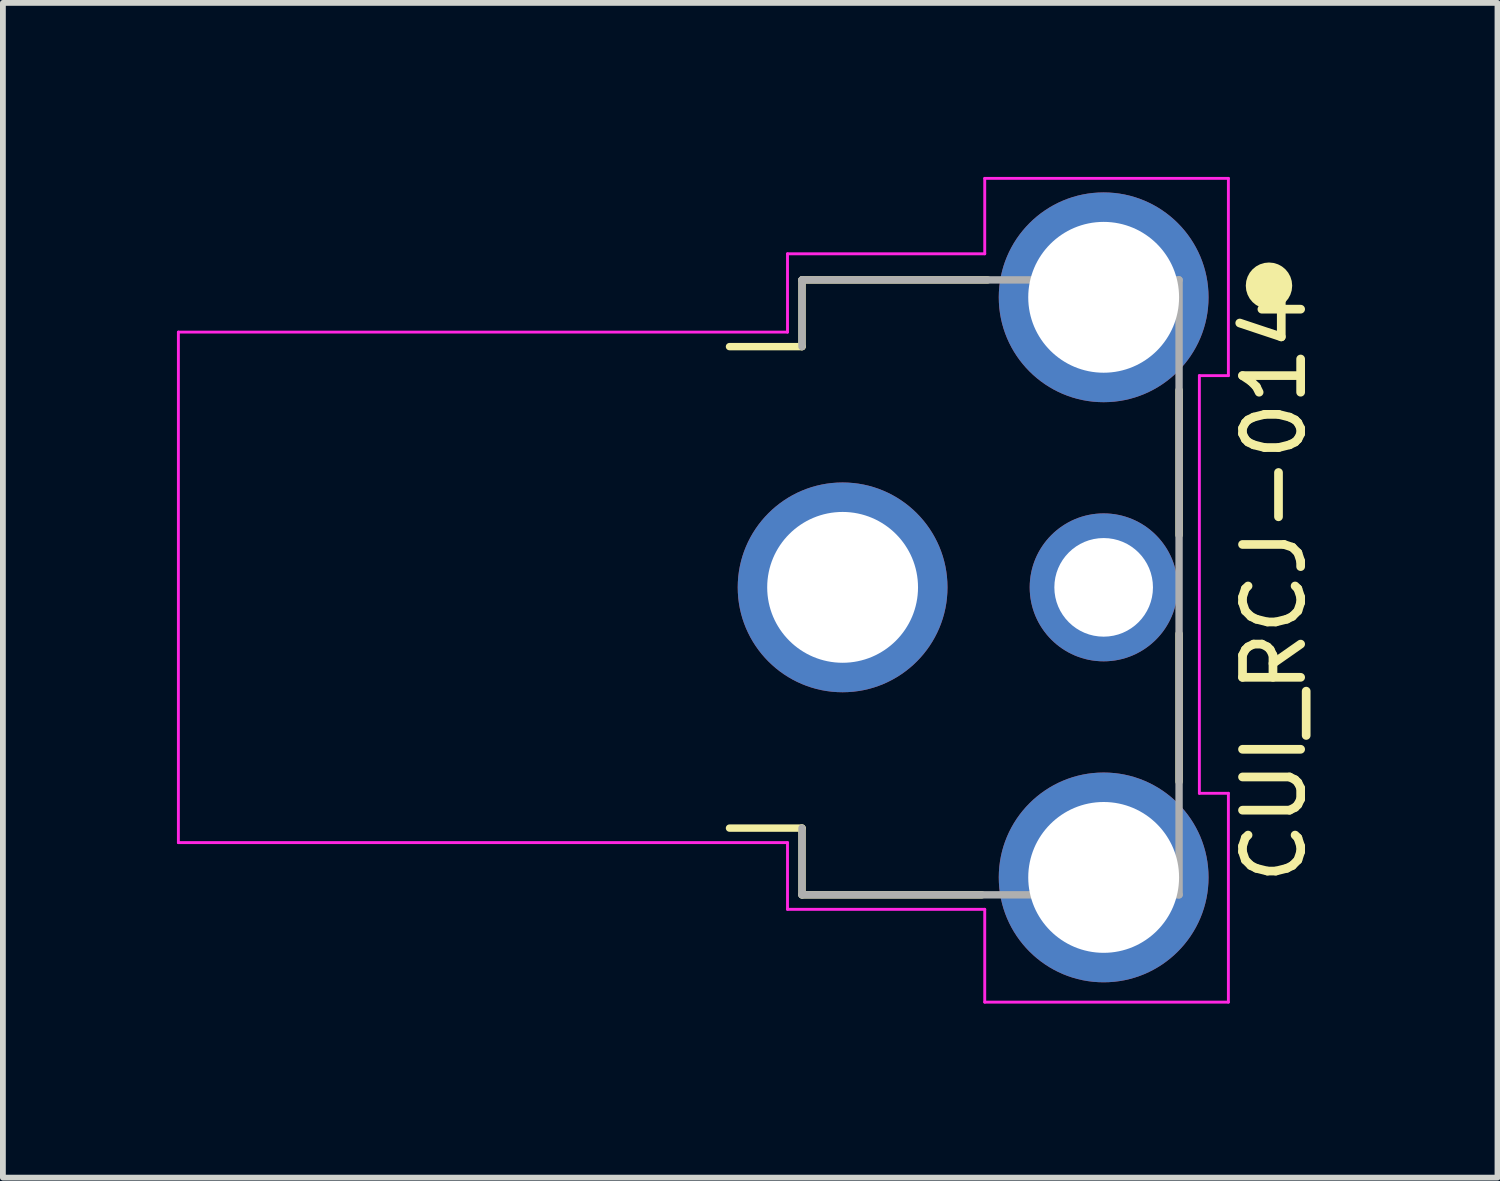
<source format=kicad_pcb>
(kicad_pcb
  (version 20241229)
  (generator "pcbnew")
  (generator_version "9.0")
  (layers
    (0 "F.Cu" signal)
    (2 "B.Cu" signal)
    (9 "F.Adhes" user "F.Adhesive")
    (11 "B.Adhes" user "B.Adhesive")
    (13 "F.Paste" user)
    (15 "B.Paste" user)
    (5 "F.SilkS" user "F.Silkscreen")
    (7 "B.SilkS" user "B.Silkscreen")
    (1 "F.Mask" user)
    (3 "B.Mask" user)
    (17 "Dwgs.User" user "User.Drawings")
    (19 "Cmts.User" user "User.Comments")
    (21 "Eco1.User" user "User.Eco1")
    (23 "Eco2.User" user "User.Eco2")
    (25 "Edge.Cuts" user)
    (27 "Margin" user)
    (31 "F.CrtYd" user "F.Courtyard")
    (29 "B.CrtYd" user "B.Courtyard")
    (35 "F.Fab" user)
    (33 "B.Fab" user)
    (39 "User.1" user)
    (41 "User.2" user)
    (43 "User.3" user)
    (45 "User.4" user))
  (footprint "CUI_RCJ-014"
    (layer "F.Cu")
    (at 10.025 7.075)
    (property "Reference" "CUI_RCJ-014" (at 8.89 0 90) (layer "F.SilkS") (effects (font (size 1.002 1.002) (thickness 0.15))))
    (attr through_hole)
    (fp_line (start 0.75 -5.3) (end 0.75 -4.15) (stroke (width 0.127) (type solid)) (layer "F.SilkS"))
    (fp_line (start 0.75 -4.15) (end -0.5 -4.15) (stroke (width 0.127) (type default)) (layer "F.SilkS"))
    (fp_line (start 0.75 4.15) (end -0.5 4.15) (stroke (width 0.127) (type default)) (layer "F.SilkS"))
    (fp_line (start 0.75 4.15) (end 0.75 5.3) (stroke (width 0.127) (type solid)) (layer "F.SilkS"))
    (fp_line (start 0.75 5.3) (end 3.85 5.3) (stroke (width 0.127) (type solid)) (layer "F.SilkS"))
    (fp_line (start 3.95 -5.3) (end 0.75 -5.3) (stroke (width 0.127) (type solid)) (layer "F.SilkS"))
    (fp_line (start 7.25 -0.9) (end 7.25 -3.4) (stroke (width 0.127) (type solid)) (layer "F.SilkS"))
    (fp_line (start 7.25 3.35) (end 7.25 0.8) (stroke (width 0.127) (type solid)) (layer "F.SilkS"))
    (fp_circle (center 8.8 -5.2) (end 9 -5.2) (stroke (width 0.4) (type solid)) (fill no) (layer "F.SilkS"))
    (fp_line (start -10 -4.4) (end -10 4.4) (stroke (width 0.05) (type solid)) (layer "F.CrtYd"))
    (fp_line (start -10 4.4) (end 0.5 4.4) (stroke (width 0.05) (type solid)) (layer "F.CrtYd"))
    (fp_line (start 0.5 -5.75) (end 0.5 -4.4) (stroke (width 0.05) (type solid)) (layer "F.CrtYd"))
    (fp_line (start 0.5 -4.4) (end -10 -4.4) (stroke (width 0.05) (type solid)) (layer "F.CrtYd"))
    (fp_line (start 0.5 4.4) (end 0.5 5.55) (stroke (width 0.05) (type solid)) (layer "F.CrtYd"))
    (fp_line (start 0.5 5.55) (end 3.9 5.55) (stroke (width 0.05) (type solid)) (layer "F.CrtYd"))
    (fp_line (start 3.9 -7.05) (end 8.1 -7.05) (stroke (width 0.05) (type solid)) (layer "F.CrtYd"))
    (fp_line (start 3.9 -5.75) (end 0.5 -5.75) (stroke (width 0.05) (type solid)) (layer "F.CrtYd"))
    (fp_line (start 3.9 -5.75) (end 3.9 -7.05) (stroke (width 0.05) (type solid)) (layer "F.CrtYd"))
    (fp_line (start 3.9 7.15) (end 3.9 5.55) (stroke (width 0.05) (type solid)) (layer "F.CrtYd"))
    (fp_line (start 7.6 -3.65) (end 7.6 3.55) (stroke (width 0.05) (type solid)) (layer "F.CrtYd"))
    (fp_line (start 7.6 3.55) (end 8.1 3.55) (stroke (width 0.05) (type solid)) (layer "F.CrtYd"))
    (fp_line (start 8.1 -7.05) (end 8.1 -3.65) (stroke (width 0.05) (type solid)) (layer "F.CrtYd"))
    (fp_line (start 8.1 -3.65) (end 7.6 -3.65) (stroke (width 0.05) (type solid)) (layer "F.CrtYd"))
    (fp_line (start 8.1 7.15) (end 3.9 7.15) (stroke (width 0.05) (type solid)) (layer "F.CrtYd"))
    (fp_line (start 8.1 7.15) (end 8.1 3.55) (stroke (width 0.05) (type solid)) (layer "F.CrtYd"))
    (fp_line (start 0.75 -5.3) (end 0.75 -4.15) (stroke (width 0.127) (type solid)) (layer "F.Fab"))
    (fp_line (start 0.75 4.15) (end 0.75 5.3) (stroke (width 0.127) (type solid)) (layer "F.Fab"))
    (fp_line (start 0.75 5.3) (end 7.25 5.3) (stroke (width 0.127) (type solid)) (layer "F.Fab"))
    (fp_line (start 7.25 -5.3) (end 0.75 -5.3) (stroke (width 0.127) (type solid)) (layer "F.Fab"))
    (fp_line (start 7.25 5.3) (end 7.25 -5.3) (stroke (width 0.127) (type solid)) (layer "F.Fab"))
    (pad "1" thru_hole circle (at 5.95 0) (size 2.55 2.55) (drill 1.7) (layers "*.Cu" "*.Mask"))
    (pad "2" thru_hole circle (at 1.45 0) (size 3.616 3.616) (drill 2.6) (layers "*.Cu" "*.Mask"))
    (pad "2" thru_hole circle (at 5.95 -5) (size 3.616 3.616) (drill 2.6) (layers "*.Cu" "*.Mask"))
    (pad "2" thru_hole circle (at 5.95 5) (size 3.616 3.616) (drill 2.6) (layers "*.Cu" "*.Mask")))
  (gr_rect
    (start -3 -3)
    (end 22.764 17.25)
    (stroke (width 0.1) (type default))
    (fill no)
    (layer "Edge.Cuts")))
</source>
